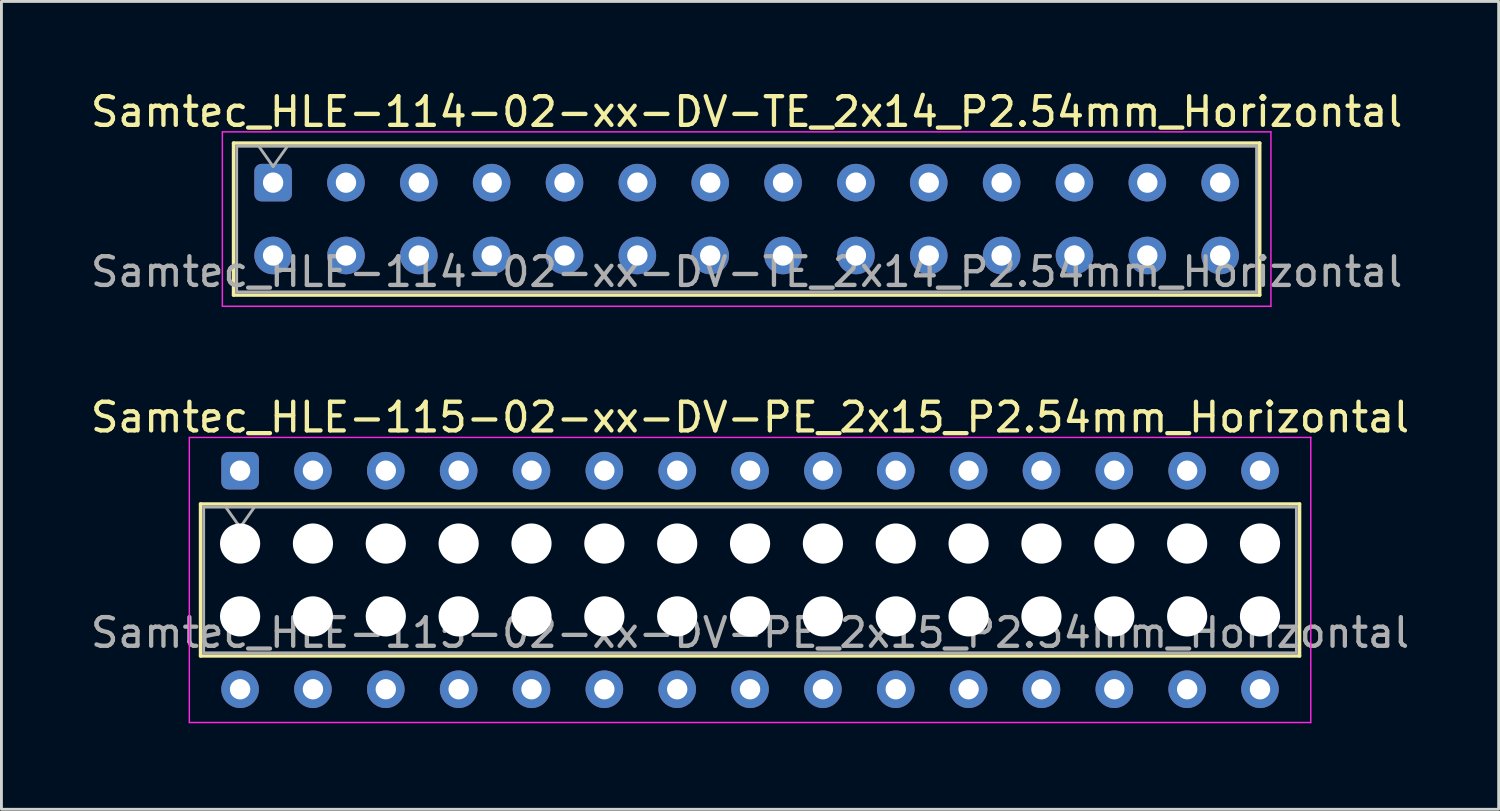
<source format=kicad_pcb>
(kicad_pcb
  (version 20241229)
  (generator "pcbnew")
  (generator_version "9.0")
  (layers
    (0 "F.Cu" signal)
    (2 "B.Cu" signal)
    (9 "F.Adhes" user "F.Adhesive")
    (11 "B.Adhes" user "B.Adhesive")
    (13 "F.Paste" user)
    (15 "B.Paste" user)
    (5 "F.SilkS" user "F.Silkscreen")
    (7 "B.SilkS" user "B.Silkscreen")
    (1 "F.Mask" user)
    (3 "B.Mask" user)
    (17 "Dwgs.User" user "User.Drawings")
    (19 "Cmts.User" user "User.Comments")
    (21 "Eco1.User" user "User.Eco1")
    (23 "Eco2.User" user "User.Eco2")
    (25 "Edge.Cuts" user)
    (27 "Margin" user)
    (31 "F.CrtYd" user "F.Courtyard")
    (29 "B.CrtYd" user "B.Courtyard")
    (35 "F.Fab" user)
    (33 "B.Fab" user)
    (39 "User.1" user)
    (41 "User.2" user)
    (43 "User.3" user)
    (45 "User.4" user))
  (footprint "Samtec_HLE-115-02-xx-DV-PE_2x15_P2.54mm_Horizontal"
    (layer "F.Cu")
    (at 5.321 13.361)
    (property "Reference" "Samtec_HLE-115-02-xx-DV-PE_2x15_P2.54mm_Horizontal" (at 17.78 -1.86 0) (layer "F.SilkS") (effects (font (size 1 1) (thickness 0.15))))
    (attr through_hole)
    (fp_line (start -1.38 1.16) (end 36.94 1.16) (stroke (width 0.12) (type solid)) (layer "F.SilkS"))
    (fp_line (start -1.38 6.46) (end -1.38 1.16) (stroke (width 0.12) (type solid)) (layer "F.SilkS"))
    (fp_line (start 36.94 1.16) (end 36.94 6.46) (stroke (width 0.12) (type solid)) (layer "F.SilkS"))
    (fp_line (start 36.94 6.46) (end -1.38 6.46) (stroke (width 0.12) (type solid)) (layer "F.SilkS"))
    (fp_line (start -1.77 -1.16) (end 37.33 -1.16) (stroke (width 0.05) (type solid)) (layer "F.CrtYd"))
    (fp_line (start -1.77 8.78) (end -1.77 -1.16) (stroke (width 0.05) (type solid)) (layer "F.CrtYd"))
    (fp_line (start 37.33 -1.16) (end 37.33 8.78) (stroke (width 0.05) (type solid)) (layer "F.CrtYd"))
    (fp_line (start 37.33 8.78) (end -1.77 8.78) (stroke (width 0.05) (type solid)) (layer "F.CrtYd"))
    (fp_line (start -1.27 1.27) (end 36.83 1.27) (stroke (width 0.1) (type solid)) (layer "F.Fab"))
    (fp_line (start -1.27 6.35) (end -1.27 1.27) (stroke (width 0.1) (type solid)) (layer "F.Fab"))
    (fp_line (start -0.5 1.27) (end 0 1.977) (stroke (width 0.1) (type solid)) (layer "F.Fab"))
    (fp_line (start 0 1.977) (end 0.5 1.27) (stroke (width 0.1) (type solid)) (layer "F.Fab"))
    (fp_line (start 36.83 1.27) (end 36.83 6.35) (stroke (width 0.1) (type solid)) (layer "F.Fab"))
    (fp_line (start 36.83 6.35) (end -1.27 6.35) (stroke (width 0.1) (type solid)) (layer "F.Fab"))
    (fp_text user "${REFERENCE}" (at 17.78 5.65 0) (layer "F.Fab") (effects (font (size 1 1) (thickness 0.15))))
    (pad "" np_thru_hole circle (at 0 2.54) (size 1.4 1.4) (drill 1.4) (layers "*.Cu" "*.Mask"))
    (pad "" np_thru_hole circle (at 0 5.08) (size 1.4 1.4) (drill 1.4) (layers "*.Cu" "*.Mask"))
    (pad "" np_thru_hole circle (at 2.54 2.54) (size 1.4 1.4) (drill 1.4) (layers "*.Cu" "*.Mask"))
    (pad "" np_thru_hole circle (at 2.54 5.08) (size 1.4 1.4) (drill 1.4) (layers "*.Cu" "*.Mask"))
    (pad "" np_thru_hole circle (at 5.08 2.54) (size 1.4 1.4) (drill 1.4) (layers "*.Cu" "*.Mask"))
    (pad "" np_thru_hole circle (at 5.08 5.08) (size 1.4 1.4) (drill 1.4) (layers "*.Cu" "*.Mask"))
    (pad "" np_thru_hole circle (at 7.62 2.54) (size 1.4 1.4) (drill 1.4) (layers "*.Cu" "*.Mask"))
    (pad "" np_thru_hole circle (at 7.62 5.08) (size 1.4 1.4) (drill 1.4) (layers "*.Cu" "*.Mask"))
    (pad "" np_thru_hole circle (at 10.16 2.54) (size 1.4 1.4) (drill 1.4) (layers "*.Cu" "*.Mask"))
    (pad "" np_thru_hole circle (at 10.16 5.08) (size 1.4 1.4) (drill 1.4) (layers "*.Cu" "*.Mask"))
    (pad "" np_thru_hole circle (at 12.7 2.54) (size 1.4 1.4) (drill 1.4) (layers "*.Cu" "*.Mask"))
    (pad "" np_thru_hole circle (at 12.7 5.08) (size 1.4 1.4) (drill 1.4) (layers "*.Cu" "*.Mask"))
    (pad "" np_thru_hole circle (at 15.24 2.54) (size 1.4 1.4) (drill 1.4) (layers "*.Cu" "*.Mask"))
    (pad "" np_thru_hole circle (at 15.24 5.08) (size 1.4 1.4) (drill 1.4) (layers "*.Cu" "*.Mask"))
    (pad "" np_thru_hole circle (at 17.78 2.54) (size 1.4 1.4) (drill 1.4) (layers "*.Cu" "*.Mask"))
    (pad "" np_thru_hole circle (at 17.78 5.08) (size 1.4 1.4) (drill 1.4) (layers "*.Cu" "*.Mask"))
    (pad "" np_thru_hole circle (at 20.32 2.54) (size 1.4 1.4) (drill 1.4) (layers "*.Cu" "*.Mask"))
    (pad "" np_thru_hole circle (at 20.32 5.08) (size 1.4 1.4) (drill 1.4) (layers "*.Cu" "*.Mask"))
    (pad "" np_thru_hole circle (at 22.86 2.54) (size 1.4 1.4) (drill 1.4) (layers "*.Cu" "*.Mask"))
    (pad "" np_thru_hole circle (at 22.86 5.08) (size 1.4 1.4) (drill 1.4) (layers "*.Cu" "*.Mask"))
    (pad "" np_thru_hole circle (at 25.4 2.54) (size 1.4 1.4) (drill 1.4) (layers "*.Cu" "*.Mask"))
    (pad "" np_thru_hole circle (at 25.4 5.08) (size 1.4 1.4) (drill 1.4) (layers "*.Cu" "*.Mask"))
    (pad "" np_thru_hole circle (at 27.94 2.54) (size 1.4 1.4) (drill 1.4) (layers "*.Cu" "*.Mask"))
    (pad "" np_thru_hole circle (at 27.94 5.08) (size 1.4 1.4) (drill 1.4) (layers "*.Cu" "*.Mask"))
    (pad "" np_thru_hole circle (at 30.48 2.54) (size 1.4 1.4) (drill 1.4) (layers "*.Cu" "*.Mask"))
    (pad "" np_thru_hole circle (at 30.48 5.08) (size 1.4 1.4) (drill 1.4) (layers "*.Cu" "*.Mask"))
    (pad "" np_thru_hole circle (at 33.02 2.54) (size 1.4 1.4) (drill 1.4) (layers "*.Cu" "*.Mask"))
    (pad "" np_thru_hole circle (at 33.02 5.08) (size 1.4 1.4) (drill 1.4) (layers "*.Cu" "*.Mask"))
    (pad "" np_thru_hole circle (at 35.56 2.54) (size 1.4 1.4) (drill 1.4) (layers "*.Cu" "*.Mask"))
    (pad "" np_thru_hole circle (at 35.56 5.08) (size 1.4 1.4) (drill 1.4) (layers "*.Cu" "*.Mask"))
    (pad "1" thru_hole roundrect (at 0 0) (size 1.31 1.31) (drill 0.71) (layers "*.Cu" "*.Mask") (roundrect_rratio 0.191))
    (pad "2" thru_hole circle (at 0 7.62) (size 1.31 1.31) (drill 0.71) (layers "*.Cu" "*.Mask"))
    (pad "3" thru_hole circle (at 2.54 0) (size 1.31 1.31) (drill 0.71) (layers "*.Cu" "*.Mask"))
    (pad "4" thru_hole circle (at 2.54 7.62) (size 1.31 1.31) (drill 0.71) (layers "*.Cu" "*.Mask"))
    (pad "5" thru_hole circle (at 5.08 0) (size 1.31 1.31) (drill 0.71) (layers "*.Cu" "*.Mask"))
    (pad "6" thru_hole circle (at 5.08 7.62) (size 1.31 1.31) (drill 0.71) (layers "*.Cu" "*.Mask"))
    (pad "7" thru_hole circle (at 7.62 0) (size 1.31 1.31) (drill 0.71) (layers "*.Cu" "*.Mask"))
    (pad "8" thru_hole circle (at 7.62 7.62) (size 1.31 1.31) (drill 0.71) (layers "*.Cu" "*.Mask"))
    (pad "9" thru_hole circle (at 10.16 0) (size 1.31 1.31) (drill 0.71) (layers "*.Cu" "*.Mask"))
    (pad "10" thru_hole circle (at 10.16 7.62) (size 1.31 1.31) (drill 0.71) (layers "*.Cu" "*.Mask"))
    (pad "11" thru_hole circle (at 12.7 0) (size 1.31 1.31) (drill 0.71) (layers "*.Cu" "*.Mask"))
    (pad "12" thru_hole circle (at 12.7 7.62) (size 1.31 1.31) (drill 0.71) (layers "*.Cu" "*.Mask"))
    (pad "13" thru_hole circle (at 15.24 0) (size 1.31 1.31) (drill 0.71) (layers "*.Cu" "*.Mask"))
    (pad "14" thru_hole circle (at 15.24 7.62) (size 1.31 1.31) (drill 0.71) (layers "*.Cu" "*.Mask"))
    (pad "15" thru_hole circle (at 17.78 0) (size 1.31 1.31) (drill 0.71) (layers "*.Cu" "*.Mask"))
    (pad "16" thru_hole circle (at 17.78 7.62) (size 1.31 1.31) (drill 0.71) (layers "*.Cu" "*.Mask"))
    (pad "17" thru_hole circle (at 20.32 0) (size 1.31 1.31) (drill 0.71) (layers "*.Cu" "*.Mask"))
    (pad "18" thru_hole circle (at 20.32 7.62) (size 1.31 1.31) (drill 0.71) (layers "*.Cu" "*.Mask"))
    (pad "19" thru_hole circle (at 22.86 0) (size 1.31 1.31) (drill 0.71) (layers "*.Cu" "*.Mask"))
    (pad "20" thru_hole circle (at 22.86 7.62) (size 1.31 1.31) (drill 0.71) (layers "*.Cu" "*.Mask"))
    (pad "21" thru_hole circle (at 25.4 0) (size 1.31 1.31) (drill 0.71) (layers "*.Cu" "*.Mask"))
    (pad "22" thru_hole circle (at 25.4 7.62) (size 1.31 1.31) (drill 0.71) (layers "*.Cu" "*.Mask"))
    (pad "23" thru_hole circle (at 27.94 0) (size 1.31 1.31) (drill 0.71) (layers "*.Cu" "*.Mask"))
    (pad "24" thru_hole circle (at 27.94 7.62) (size 1.31 1.31) (drill 0.71) (layers "*.Cu" "*.Mask"))
    (pad "25" thru_hole circle (at 30.48 0) (size 1.31 1.31) (drill 0.71) (layers "*.Cu" "*.Mask"))
    (pad "26" thru_hole circle (at 30.48 7.62) (size 1.31 1.31) (drill 0.71) (layers "*.Cu" "*.Mask"))
    (pad "27" thru_hole circle (at 33.02 0) (size 1.31 1.31) (drill 0.71) (layers "*.Cu" "*.Mask"))
    (pad "28" thru_hole circle (at 33.02 7.62) (size 1.31 1.31) (drill 0.71) (layers "*.Cu" "*.Mask"))
    (pad "29" thru_hole circle (at 35.56 0) (size 1.31 1.31) (drill 0.71) (layers "*.Cu" "*.Mask"))
    (pad "30" thru_hole circle (at 35.56 7.62) (size 1.31 1.31) (drill 0.71) (layers "*.Cu" "*.Mask")))
  (footprint "Samtec_HLE-114-02-xx-DV-TE_2x14_P2.54mm_Horizontal"
    (layer "F.Cu")
    (at 6.472 3.318)
    (property "Reference" "Samtec_HLE-114-02-xx-DV-TE_2x14_P2.54mm_Horizontal" (at 16.51 -2.47 0) (layer "F.SilkS") (effects (font (size 1 1) (thickness 0.15))))
    (attr through_hole)
    (fp_line (start -1.38 -1.38) (end 34.4 -1.38) (stroke (width 0.12) (type solid)) (layer "F.SilkS"))
    (fp_line (start -1.38 3.92) (end -1.38 -1.38) (stroke (width 0.12) (type solid)) (layer "F.SilkS"))
    (fp_line (start 34.4 -1.38) (end 34.4 3.92) (stroke (width 0.12) (type solid)) (layer "F.SilkS"))
    (fp_line (start 34.4 3.92) (end -1.38 3.92) (stroke (width 0.12) (type solid)) (layer "F.SilkS"))
    (fp_line (start -1.77 -1.77) (end 34.79 -1.77) (stroke (width 0.05) (type solid)) (layer "F.CrtYd"))
    (fp_line (start -1.77 4.31) (end -1.77 -1.77) (stroke (width 0.05) (type solid)) (layer "F.CrtYd"))
    (fp_line (start 34.79 -1.77) (end 34.79 4.31) (stroke (width 0.05) (type solid)) (layer "F.CrtYd"))
    (fp_line (start 34.79 4.31) (end -1.77 4.31) (stroke (width 0.05) (type solid)) (layer "F.CrtYd"))
    (fp_line (start -1.27 -1.27) (end 34.29 -1.27) (stroke (width 0.1) (type solid)) (layer "F.Fab"))
    (fp_line (start -1.27 3.81) (end -1.27 -1.27) (stroke (width 0.1) (type solid)) (layer "F.Fab"))
    (fp_line (start -0.5 -1.27) (end 0 -0.563) (stroke (width 0.1) (type solid)) (layer "F.Fab"))
    (fp_line (start 0 -0.563) (end 0.5 -1.27) (stroke (width 0.1) (type solid)) (layer "F.Fab"))
    (fp_line (start 34.29 -1.27) (end 34.29 3.81) (stroke (width 0.1) (type solid)) (layer "F.Fab"))
    (fp_line (start 34.29 3.81) (end -1.27 3.81) (stroke (width 0.1) (type solid)) (layer "F.Fab"))
    (fp_text user "${REFERENCE}" (at 16.51 3.11 0) (layer "F.Fab") (effects (font (size 1 1) (thickness 0.15))))
    (pad "1" thru_hole roundrect (at 0 0) (size 1.31 1.31) (drill 0.71) (layers "*.Cu" "*.Mask") (roundrect_rratio 0.191))
    (pad "2" thru_hole circle (at 0 2.54) (size 1.31 1.31) (drill 0.71) (layers "*.Cu" "*.Mask"))
    (pad "3" thru_hole circle (at 2.54 0) (size 1.31 1.31) (drill 0.71) (layers "*.Cu" "*.Mask"))
    (pad "4" thru_hole circle (at 2.54 2.54) (size 1.31 1.31) (drill 0.71) (layers "*.Cu" "*.Mask"))
    (pad "5" thru_hole circle (at 5.08 0) (size 1.31 1.31) (drill 0.71) (layers "*.Cu" "*.Mask"))
    (pad "6" thru_hole circle (at 5.08 2.54) (size 1.31 1.31) (drill 0.71) (layers "*.Cu" "*.Mask"))
    (pad "7" thru_hole circle (at 7.62 0) (size 1.31 1.31) (drill 0.71) (layers "*.Cu" "*.Mask"))
    (pad "8" thru_hole circle (at 7.62 2.54) (size 1.31 1.31) (drill 0.71) (layers "*.Cu" "*.Mask"))
    (pad "9" thru_hole circle (at 10.16 0) (size 1.31 1.31) (drill 0.71) (layers "*.Cu" "*.Mask"))
    (pad "10" thru_hole circle (at 10.16 2.54) (size 1.31 1.31) (drill 0.71) (layers "*.Cu" "*.Mask"))
    (pad "11" thru_hole circle (at 12.7 0) (size 1.31 1.31) (drill 0.71) (layers "*.Cu" "*.Mask"))
    (pad "12" thru_hole circle (at 12.7 2.54) (size 1.31 1.31) (drill 0.71) (layers "*.Cu" "*.Mask"))
    (pad "13" thru_hole circle (at 15.24 0) (size 1.31 1.31) (drill 0.71) (layers "*.Cu" "*.Mask"))
    (pad "14" thru_hole circle (at 15.24 2.54) (size 1.31 1.31) (drill 0.71) (layers "*.Cu" "*.Mask"))
    (pad "15" thru_hole circle (at 17.78 0) (size 1.31 1.31) (drill 0.71) (layers "*.Cu" "*.Mask"))
    (pad "16" thru_hole circle (at 17.78 2.54) (size 1.31 1.31) (drill 0.71) (layers "*.Cu" "*.Mask"))
    (pad "17" thru_hole circle (at 20.32 0) (size 1.31 1.31) (drill 0.71) (layers "*.Cu" "*.Mask"))
    (pad "18" thru_hole circle (at 20.32 2.54) (size 1.31 1.31) (drill 0.71) (layers "*.Cu" "*.Mask"))
    (pad "19" thru_hole circle (at 22.86 0) (size 1.31 1.31) (drill 0.71) (layers "*.Cu" "*.Mask"))
    (pad "20" thru_hole circle (at 22.86 2.54) (size 1.31 1.31) (drill 0.71) (layers "*.Cu" "*.Mask"))
    (pad "21" thru_hole circle (at 25.4 0) (size 1.31 1.31) (drill 0.71) (layers "*.Cu" "*.Mask"))
    (pad "22" thru_hole circle (at 25.4 2.54) (size 1.31 1.31) (drill 0.71) (layers "*.Cu" "*.Mask"))
    (pad "23" thru_hole circle (at 27.94 0) (size 1.31 1.31) (drill 0.71) (layers "*.Cu" "*.Mask"))
    (pad "24" thru_hole circle (at 27.94 2.54) (size 1.31 1.31) (drill 0.71) (layers "*.Cu" "*.Mask"))
    (pad "25" thru_hole circle (at 30.48 0) (size 1.31 1.31) (drill 0.71) (layers "*.Cu" "*.Mask"))
    (pad "26" thru_hole circle (at 30.48 2.54) (size 1.31 1.31) (drill 0.71) (layers "*.Cu" "*.Mask"))
    (pad "27" thru_hole circle (at 33.02 0) (size 1.31 1.31) (drill 0.71) (layers "*.Cu" "*.Mask"))
    (pad "28" thru_hole circle (at 33.02 2.54) (size 1.31 1.31) (drill 0.71) (layers "*.Cu" "*.Mask")))
  (gr_rect
    (start -3 -3)
    (end 49.202 25.166)
    (stroke (width 0.1) (type default))
    (fill no)
    (layer "Edge.Cuts")))
</source>
